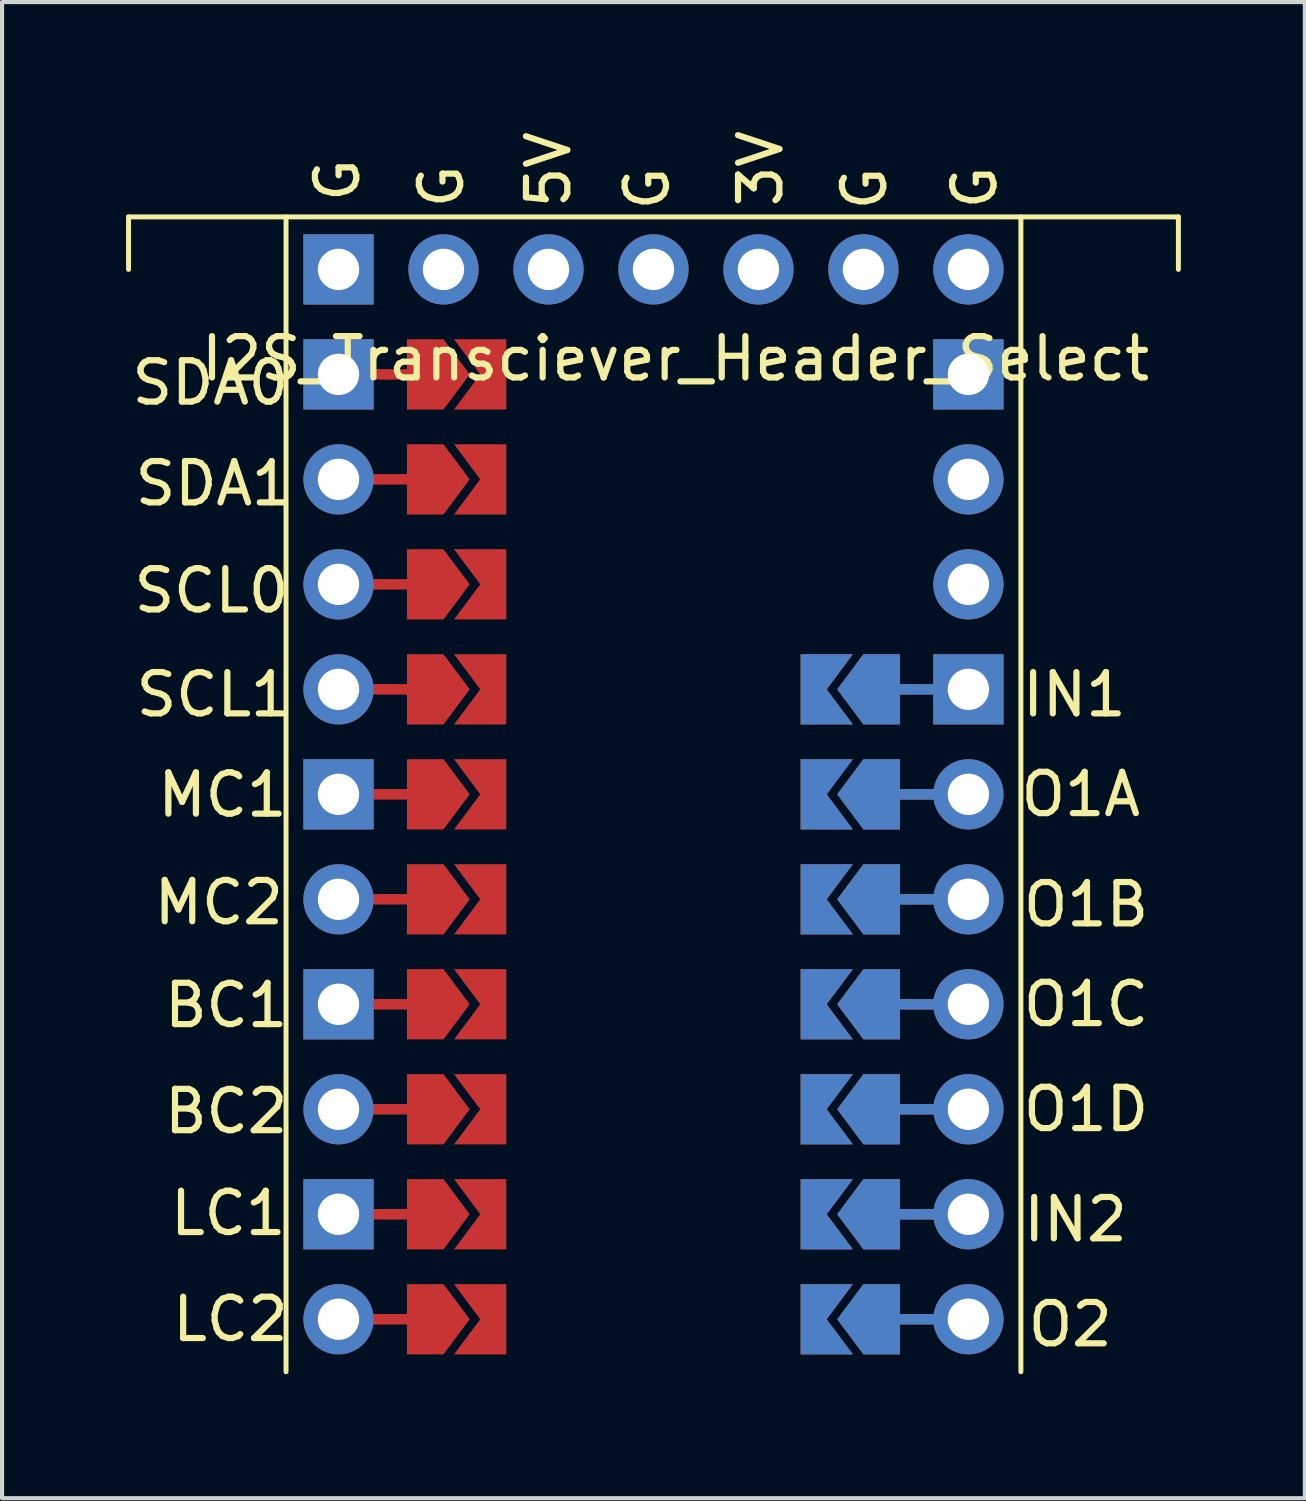
<source format=kicad_pcb>
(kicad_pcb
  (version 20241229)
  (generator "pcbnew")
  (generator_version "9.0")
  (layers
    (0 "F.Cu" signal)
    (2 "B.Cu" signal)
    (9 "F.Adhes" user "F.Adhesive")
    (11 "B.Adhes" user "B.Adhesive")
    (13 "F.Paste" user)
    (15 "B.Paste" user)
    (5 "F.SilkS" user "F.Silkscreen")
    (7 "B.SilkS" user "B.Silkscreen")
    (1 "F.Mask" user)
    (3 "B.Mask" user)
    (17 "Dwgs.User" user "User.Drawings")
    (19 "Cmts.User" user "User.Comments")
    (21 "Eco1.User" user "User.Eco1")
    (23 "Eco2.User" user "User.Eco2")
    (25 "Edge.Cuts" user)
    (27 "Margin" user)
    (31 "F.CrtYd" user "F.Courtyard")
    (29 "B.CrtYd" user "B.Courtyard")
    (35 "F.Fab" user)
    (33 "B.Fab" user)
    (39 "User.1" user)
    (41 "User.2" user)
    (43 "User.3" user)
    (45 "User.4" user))
  (footprint "I2S_Transciever_Header_Select"
    (layer "F.Cu")
    (at 12.76 16.168)
    (property "Reference" "I2S_Transciever_Header_Select" (at 0.533 -10.541 0) (layer "F.SilkS") (effects (font (size 1 1) (thickness 0.15))))
    (attr through_hole)
    (fp_line (start -7.62 -10.16) (end -5.842 -10.16) (stroke (width 0.254) (type solid)) (layer "F.Cu"))
    (fp_line (start -7.62 -7.62) (end -5.842 -7.62) (stroke (width 0.254) (type solid)) (layer "F.Cu"))
    (fp_line (start -7.62 -5.08) (end -5.842 -5.08) (stroke (width 0.254) (type solid)) (layer "F.Cu"))
    (fp_line (start -7.62 -2.54) (end -5.842 -2.54) (stroke (width 0.254) (type solid)) (layer "F.Cu"))
    (fp_line (start -7.62 0) (end -5.842 0) (stroke (width 0.254) (type solid)) (layer "F.Cu"))
    (fp_line (start -7.62 2.54) (end -5.842 2.54) (stroke (width 0.254) (type solid)) (layer "F.Cu"))
    (fp_line (start -7.62 5.08) (end -5.842 5.08) (stroke (width 0.254) (type solid)) (layer "F.Cu"))
    (fp_line (start -7.62 7.62) (end -5.842 7.62) (stroke (width 0.254) (type solid)) (layer "F.Cu"))
    (fp_line (start -7.62 10.16) (end -5.842 10.16) (stroke (width 0.254) (type solid)) (layer "F.Cu"))
    (fp_line (start -7.62 12.7) (end -5.842 12.7) (stroke (width 0.254) (type solid)) (layer "F.Cu"))
    (fp_line (start 7.62 -2.54) (end 5.842 -2.54) (stroke (width 0.254) (type solid)) (layer "F.Cu"))
    (fp_line (start 7.62 0) (end 5.842 0) (stroke (width 0.254) (type solid)) (layer "F.Cu"))
    (fp_line (start 7.62 2.54) (end 5.842 2.54) (stroke (width 0.254) (type solid)) (layer "F.Cu"))
    (fp_line (start 7.62 5.08) (end 5.842 5.08) (stroke (width 0.254) (type solid)) (layer "F.Cu"))
    (fp_line (start 7.62 7.62) (end 5.842 7.62) (stroke (width 0.254) (type solid)) (layer "F.Cu"))
    (fp_line (start 7.62 10.16) (end 5.842 10.16) (stroke (width 0.254) (type solid)) (layer "F.Cu"))
    (fp_line (start 7.62 12.7) (end 5.842 12.7) (stroke (width 0.254) (type solid)) (layer "F.Cu"))
    (fp_poly (pts (xy -4.293 8.471) (xy -5.639 8.471) (xy -5.639 6.769) (xy -4.293 6.769)) (stroke (width 0.00001) (type solid)) (fill yes) (layer "F.Mask"))
    (fp_poly (pts (xy -4.204 -1.702) (xy -5.55 -1.702) (xy -5.537 -3.378) (xy -4.191 -3.378)) (stroke (width 0.00001) (type solid)) (fill yes) (layer "F.Mask"))
    (fp_poly (pts (xy -4.166 -9.322) (xy -5.512 -9.322) (xy -5.512 -11.024) (xy -4.166 -11.024)) (stroke (width 0.00001) (type solid)) (fill yes) (layer "F.Mask"))
    (fp_poly (pts (xy -4.14 0.838) (xy -5.486 0.838) (xy -5.486 -0.864) (xy -4.14 -0.864)) (stroke (width 0.00001) (type solid)) (fill yes) (layer "F.Mask"))
    (fp_poly (pts (xy -4.128 5.918) (xy -5.474 5.918) (xy -5.486 4.242) (xy -4.14 4.242)) (stroke (width 0.00001) (type solid)) (fill yes) (layer "F.Mask"))
    (fp_poly (pts (xy -4.102 -4.242) (xy -5.448 -4.242) (xy -5.436 -5.918) (xy -4.089 -5.918)) (stroke (width 0.00001) (type solid)) (fill yes) (layer "F.Mask"))
    (fp_poly (pts (xy -4.089 3.378) (xy -5.436 3.378) (xy -5.436 1.676) (xy -4.089 1.676)) (stroke (width 0.00001) (type solid)) (fill yes) (layer "F.Mask"))
    (fp_poly (pts (xy -4.077 -6.756) (xy -5.423 -6.756) (xy -5.436 -8.484) (xy -4.089 -8.484)) (stroke (width 0.00001) (type solid)) (fill yes) (layer "F.Mask"))
    (fp_poly (pts (xy -4.064 11.024) (xy -5.41 11.024) (xy -5.41 9.322) (xy -4.064 9.322)) (stroke (width 0.00001) (type solid)) (fill yes) (layer "F.Mask"))
    (fp_poly (pts (xy -4.039 13.564) (xy -5.385 13.564) (xy -5.385 11.862) (xy -4.039 11.862)) (stroke (width 0.00001) (type solid)) (fill yes) (layer "F.Mask"))
    (fp_poly (pts (xy 4.039 4.216) (xy 5.385 4.216) (xy 5.385 5.918) (xy 4.039 5.918)) (stroke (width 0.00001) (type solid)) (fill yes) (layer "F.Mask"))
    (fp_poly (pts (xy 4.039 6.756) (xy 5.385 6.756) (xy 5.385 8.458) (xy 4.039 8.458)) (stroke (width 0.00001) (type solid)) (fill yes) (layer "F.Mask"))
    (fp_poly (pts (xy 4.064 -3.404) (xy 5.41 -3.404) (xy 5.41 -1.702) (xy 4.064 -1.702)) (stroke (width 0.00001) (type solid)) (fill yes) (layer "F.Mask"))
    (fp_poly (pts (xy 4.089 11.862) (xy 5.436 11.862) (xy 5.436 13.564) (xy 4.089 13.564)) (stroke (width 0.00001) (type solid)) (fill yes) (layer "F.Mask"))
    (fp_poly (pts (xy 4.115 1.676) (xy 5.461 1.676) (xy 5.461 3.378) (xy 4.115 3.378)) (stroke (width 0.00001) (type solid)) (fill yes) (layer "F.Mask"))
    (fp_poly (pts (xy 4.115 9.296) (xy 5.461 9.296) (xy 5.461 10.998) (xy 4.115 10.998)) (stroke (width 0.00001) (type solid)) (fill yes) (layer "F.Mask"))
    (fp_poly (pts (xy 4.14 -0.864) (xy 5.486 -0.864) (xy 5.486 0.838) (xy 4.14 0.838)) (stroke (width 0.00001) (type solid)) (fill yes) (layer "F.Mask"))
    (fp_line (start 7.62 -2.54) (end 5.842 -2.54) (stroke (width 0.254) (type solid)) (layer "B.Cu"))
    (fp_line (start 7.62 0) (end 5.842 0) (stroke (width 0.254) (type solid)) (layer "B.Cu"))
    (fp_line (start 7.62 2.54) (end 5.842 2.54) (stroke (width 0.254) (type solid)) (layer "B.Cu"))
    (fp_line (start 7.62 5.08) (end 5.842 5.08) (stroke (width 0.254) (type solid)) (layer "B.Cu"))
    (fp_line (start 7.62 7.62) (end 5.842 7.62) (stroke (width 0.254) (type solid)) (layer "B.Cu"))
    (fp_line (start 7.62 10.16) (end 5.842 10.16) (stroke (width 0.254) (type solid)) (layer "B.Cu"))
    (fp_line (start 7.62 12.7) (end 5.842 12.7) (stroke (width 0.254) (type solid)) (layer "B.Cu"))
    (fp_poly (pts (xy 4.039 4.216) (xy 5.385 4.216) (xy 5.385 5.918) (xy 4.039 5.918)) (stroke (width 0.00001) (type solid)) (fill yes) (layer "B.Mask"))
    (fp_poly (pts (xy 4.039 6.756) (xy 5.385 6.756) (xy 5.385 8.458) (xy 4.039 8.458)) (stroke (width 0.00001) (type solid)) (fill yes) (layer "B.Mask"))
    (fp_poly (pts (xy 4.064 -3.404) (xy 5.41 -3.404) (xy 5.41 -1.702) (xy 4.064 -1.702)) (stroke (width 0.00001) (type solid)) (fill yes) (layer "B.Mask"))
    (fp_poly (pts (xy 4.089 11.862) (xy 5.436 11.862) (xy 5.436 13.564) (xy 4.089 13.564)) (stroke (width 0.00001) (type solid)) (fill yes) (layer "B.Mask"))
    (fp_poly (pts (xy 4.115 1.676) (xy 5.461 1.676) (xy 5.461 3.378) (xy 4.115 3.378)) (stroke (width 0.00001) (type solid)) (fill yes) (layer "B.Mask"))
    (fp_poly (pts (xy 4.115 9.296) (xy 5.461 9.296) (xy 5.461 10.998) (xy 4.115 10.998)) (stroke (width 0.00001) (type solid)) (fill yes) (layer "B.Mask"))
    (fp_poly (pts (xy 4.14 -0.864) (xy 5.486 -0.864) (xy 5.486 0.838) (xy 4.14 0.838)) (stroke (width 0.00001) (type solid)) (fill yes) (layer "B.Mask"))
    (fp_line (start -12.7 -13.97) (end -12.7 -12.7) (stroke (width 0.12) (type solid)) (layer "F.SilkS"))
    (fp_line (start -12.7 -13.97) (end 12.7 -13.97) (stroke (width 0.12) (type solid)) (layer "F.SilkS"))
    (fp_line (start -8.89 -13.97) (end -8.89 13.97) (stroke (width 0.12) (type solid)) (layer "F.SilkS"))
    (fp_line (start 8.89 -13.97) (end 8.89 13.97) (stroke (width 0.12) (type solid)) (layer "F.SilkS"))
    (fp_line (start 12.7 -13.97) (end 12.7 -12.7) (stroke (width 0.12) (type solid)) (layer "F.SilkS"))
    (fp_text user "SCL0" (at -10.693 -4.928 0) (layer "F.SilkS") (effects (font (size 1 1) (thickness 0.15))))
    (fp_text user "SDA1" (at -10.643 -7.518 0) (layer "F.SilkS") (effects (font (size 1 1) (thickness 0.15))))
    (fp_text user "G" (at -5.131 -14.707 90) (layer "F.SilkS") (effects (font (size 1 1) (thickness 0.15))))
    (fp_text user "SCL1" (at -10.643 -2.413 0) (layer "F.SilkS") (effects (font (size 1 1) (thickness 0.15))))
    (fp_text user "O1A" (at 10.338 0 0) (layer "F.SilkS") (effects (font (size 1 1) (thickness 0.15))))
    (fp_text user "G" (at 5.105 -14.656 90) (layer "F.SilkS") (effects (font (size 1 1) (thickness 0.15))))
    (fp_text user "IN1" (at 10.185 -2.413 0) (layer "F.SilkS") (effects (font (size 1 1) (thickness 0.15))))
    (fp_text user "BC2" (at -10.338 7.671 0) (layer "F.SilkS") (effects (font (size 1 1) (thickness 0.15))))
    (fp_text user "O1D" (at 10.465 7.62 0) (layer "F.SilkS") (effects (font (size 1 1) (thickness 0.15))))
    (fp_text user "LC1" (at -10.287 10.135 0) (layer "F.SilkS") (effects (font (size 1 1) (thickness 0.15))))
    (fp_text user "LC2" (at -10.236 12.7 0) (layer "F.SilkS") (effects (font (size 1 1) (thickness 0.15))))
    (fp_text user "O1B" (at 10.465 2.667 0) (layer "F.SilkS") (effects (font (size 1 1) (thickness 0.15))))
    (fp_text user "MC1" (at -10.427 0.013 0) (layer "F.SilkS") (effects (font (size 1 1) (thickness 0.15))))
    (fp_text user "O1C" (at 10.465 5.08 0) (layer "F.SilkS") (effects (font (size 1 1) (thickness 0.15))))
    (fp_text user "G" (at -7.645 -14.859 90) (layer "F.SilkS") (effects (font (size 1 1) (thickness 0.15))))
    (fp_text user "MC2" (at -10.516 2.616 0) (layer "F.SilkS") (effects (font (size 1 1) (thickness 0.15))))
    (fp_text user "G" (at -0.152 -14.656 90) (layer "F.SilkS") (effects (font (size 1 1) (thickness 0.15))))
    (fp_text user "IN2" (at 10.211 10.287 0) (layer "F.SilkS") (effects (font (size 1 1) (thickness 0.15))))
    (fp_text user "G" (at 7.772 -14.681 90) (layer "F.SilkS") (effects (font (size 1 1) (thickness 0.15))))
    (fp_text user "BC1" (at -10.338 5.105 0) (layer "F.SilkS") (effects (font (size 1 1) (thickness 0.15))))
    (fp_text user "O2" (at 10.084 12.827 0) (layer "F.SilkS") (effects (font (size 1 1) (thickness 0.15))))
    (fp_text user "SDA0" (at -10.719 -9.957 0) (layer "F.SilkS") (effects (font (size 1 1) (thickness 0.15))))
    (fp_text user "5V" (at -2.54 -15.113 90) (layer "F.SilkS") (effects (font (size 1 1) (thickness 0.15))))
    (fp_text user "3V" (at 2.591 -15.138 270) (layer "F.SilkS") (effects (font (size 1 1) (thickness 0.15))))
    (pad "1" thru_hole oval (at -7.62 12.7) (size 1.7 1.7) (drill 1) (layers "*.Cu" "*.Mask"))
    (pad "2" thru_hole custom (at -7.62 10.16) (size 1.7 1.7) (drill 1) (layers "*.Cu" "*.Mask") (options (anchor rect)) (primitives))
    (pad "3" thru_hole oval (at -7.62 7.62) (size 1.7 1.7) (drill 1) (layers "*.Cu" "*.Mask"))
    (pad "4" thru_hole custom (at -7.62 5.08) (size 1.7 1.7) (drill 1) (layers "*.Cu" "*.Mask") (options (anchor rect)) (primitives))
    (pad "5" thru_hole oval (at -7.62 2.54) (size 1.7 1.7) (drill 1) (layers "*.Cu" "*.Mask"))
    (pad "6" thru_hole custom (at -7.62 0) (size 1.7 1.7) (drill 1) (layers "*.Cu" "*.Mask") (options (anchor rect)) (primitives))
    (pad "7" thru_hole oval (at -7.62 -2.54) (size 1.7 1.7) (drill 1) (layers "*.Cu" "*.Mask"))
    (pad "8" thru_hole oval (at -7.62 -5.08) (size 1.7 1.7) (drill 1) (layers "*.Cu" "*.Mask"))
    (pad "9" thru_hole oval (at -7.62 -7.62) (size 1.7 1.7) (drill 1) (layers "*.Cu" "*.Mask"))
    (pad "10" thru_hole custom (at -7.62 -10.16) (size 1.7 1.7) (drill 1) (layers "*.Cu" "*.Mask") (options (anchor rect)) (primitives))
    (pad "11" thru_hole rect (at -7.62 -12.7) (size 1.7 1.7) (drill 1) (layers "*.Cu" "*.Mask"))
    (pad "12" thru_hole circle (at -5.08 -12.7 90) (size 1.7 1.7) (drill 1) (layers "*.Cu" "*.Mask"))
    (pad "13" thru_hole oval (at -2.54 -12.7 90) (size 1.7 1.7) (drill 1) (layers "*.Cu" "*.Mask"))
    (pad "14" thru_hole circle (at 0 -12.7 90) (size 1.7 1.7) (drill 1) (layers "*.Cu" "*.Mask"))
    (pad "15" thru_hole oval (at 2.54 -12.7 90) (size 1.7 1.7) (drill 1) (layers "*.Cu" "*.Mask"))
    (pad "16" thru_hole oval (at 5.08 -12.7 90) (size 1.7 1.7) (drill 1) (layers "*.Cu" "*.Mask"))
    (pad "17" thru_hole circle (at 7.62 -12.7) (size 1.7 1.7) (drill 1) (layers "*.Cu" "*.Mask"))
    (pad "18" thru_hole custom (at 7.62 -10.16) (size 1.7 1.7) (drill 1) (layers "*.Cu" "*.Mask") (options (anchor rect)) (primitives))
    (pad "19" thru_hole oval (at 7.62 -7.62) (size 1.7 1.7) (drill 1) (layers "*.Cu" "*.Mask"))
    (pad "20" thru_hole oval (at 7.62 -5.08) (size 1.7 1.7) (drill 1) (layers "*.Cu" "*.Mask"))
    (pad "21" thru_hole custom (at 7.62 -2.54) (size 1.7 1.7) (drill 1) (layers "*.Cu" "*.Mask") (options (anchor rect)) (primitives))
    (pad "22" thru_hole oval (at 7.62 0) (size 1.7 1.7) (drill 1) (layers "*.Cu" "*.Mask"))
    (pad "23" thru_hole oval (at 7.62 2.54) (size 1.7 1.7) (drill 1) (layers "*.Cu" "*.Mask"))
    (pad "24" thru_hole oval (at 7.62 5.08) (size 1.7 1.7) (drill 1) (layers "*.Cu" "*.Mask"))
    (pad "25" thru_hole oval (at 7.62 7.62) (size 1.7 1.7) (drill 1) (layers "*.Cu" "*.Mask"))
    (pad "26" thru_hole oval (at 7.62 10.16) (size 1.7 1.7) (drill 1) (layers "*.Cu" "*.Mask"))
    (pad "27" thru_hole oval (at 7.62 12.7) (size 1.7 1.7) (drill 1) (layers "*.Cu" "*.Mask"))
    (pad "B" smd custom (at -3.81 5.08) (size 0.5 1.7) (layers "F.Cu" "F.Mask") (options (anchor rect)) (primitives (gr_poly (pts (xy -1.016 -0.85) (xy 0 -0.85) (xy 0 0.85) (xy -1.016 0.85) (xy -0.381 0)) (width 0) (fill yes))))
    (pad "B" smd custom (at -3.81 7.62) (size 0.5 1.7) (layers "F.Cu" "F.Mask") (options (anchor rect)) (primitives (gr_poly (pts (xy -1.016 -0.85) (xy 0 -0.85) (xy 0 0.85) (xy -1.016 0.85) (xy -0.381 0)) (width 0) (fill yes))))
    (pad "BC1" smd custom (at -5.715 5.08 180) (size 0.5 1.7) (layers "F.Cu" "F.Mask") (options (anchor rect)) (primitives (gr_poly (pts (xy -0.635 -0.85) (xy 0 -0.85) (xy 0 0.85) (xy -0.635 0.85) (xy -1.27 0)) (width 0) (fill yes))))
    (pad "BC2" smd custom (at -5.715 7.62 180) (size 0.5 1.7) (layers "F.Cu" "F.Mask") (options (anchor rect)) (primitives (gr_poly (pts (xy -0.635 -0.85) (xy 0 -0.85) (xy 0 0.85) (xy -0.635 0.85) (xy -1.27 0)) (width 0) (fill yes))))
    (pad "D1" smd custom (at 3.81 -2.54 180) (size 0.5 1.7) (layers "F.Cu" "F.Mask") (options (anchor rect)) (primitives (gr_poly (pts (xy -1.016 -0.85) (xy 0 -0.85) (xy 0 0.85) (xy -1.016 0.85) (xy -0.381 0)) (width 0) (fill yes))))
    (pad "D1" smd custom (at 3.81 0 180) (size 0.5 1.7) (layers "F.Cu" "F.Mask") (options (anchor rect)) (primitives (gr_poly (pts (xy -1.016 -0.85) (xy 0 -0.85) (xy 0 0.85) (xy -1.016 0.85) (xy -0.381 0)) (width 0) (fill yes))))
    (pad "D1" smd custom (at 3.81 2.54 180) (size 0.5 1.7) (layers "F.Cu" "F.Mask") (options (anchor rect)) (primitives (gr_poly (pts (xy -1.016 -0.85) (xy 0 -0.85) (xy 0 0.85) (xy -1.016 0.85) (xy -0.381 0)) (width 0) (fill yes))))
    (pad "D1" smd custom (at 3.81 5.08 180) (size 0.5 1.7) (layers "F.Cu" "F.Mask") (options (anchor rect)) (primitives (gr_poly (pts (xy -1.016 -0.85) (xy 0 -0.85) (xy 0 0.85) (xy -1.016 0.85) (xy -0.381 0)) (width 0) (fill yes))))
    (pad "D1" smd custom (at 3.81 7.62 180) (size 0.5 1.7) (layers "F.Cu" "F.Mask") (options (anchor rect)) (primitives (gr_poly (pts (xy -1.016 -0.85) (xy 0 -0.85) (xy 0 0.85) (xy -1.016 0.85) (xy -0.381 0)) (width 0) (fill yes))))
    (pad "D1" smd custom (at 3.81 10.16 180) (size 0.5 1.7) (layers "F.Cu" "F.Mask") (options (anchor rect)) (primitives (gr_poly (pts (xy -1.016 -0.85) (xy 0 -0.85) (xy 0 0.85) (xy -1.016 0.85) (xy -0.381 0)) (width 0) (fill yes))))
    (pad "D1" smd custom (at 3.81 12.7 180) (size 0.5 1.7) (layers "F.Cu" "F.Mask") (options (anchor rect)) (primitives (gr_poly (pts (xy -1.016 -0.85) (xy 0 -0.85) (xy 0 0.85) (xy -1.016 0.85) (xy -0.381 0)) (width 0) (fill yes))))
    (pad "D2" smd custom (at 3.81 -2.54 180) (size 0.5 1.7) (layers "F.Mask" "B.Cu") (options (anchor rect)) (primitives (gr_poly (pts (xy -1.016 -0.85) (xy 0 -0.85) (xy 0 0.85) (xy -1.016 0.85) (xy -0.381 0)) (width 0) (fill yes))))
    (pad "D2" smd custom (at 3.81 0 180) (size 0.5 1.7) (layers "F.Mask" "B.Cu") (options (anchor rect)) (primitives (gr_poly (pts (xy -1.016 -0.85) (xy 0 -0.85) (xy 0 0.85) (xy -1.016 0.85) (xy -0.381 0)) (width 0) (fill yes))))
    (pad "D2" smd custom (at 3.81 2.54 180) (size 0.5 1.7) (layers "F.Mask" "B.Cu") (options (anchor rect)) (primitives (gr_poly (pts (xy -1.016 -0.85) (xy 0 -0.85) (xy 0 0.85) (xy -1.016 0.85) (xy -0.381 0)) (width 0) (fill yes))))
    (pad "D2" smd custom (at 3.81 5.08 180) (size 0.5 1.7) (layers "F.Mask" "B.Cu") (options (anchor rect)) (primitives (gr_poly (pts (xy -1.016 -0.85) (xy 0 -0.85) (xy 0 0.85) (xy -1.016 0.85) (xy -0.381 0)) (width 0) (fill yes))))
    (pad "D2" smd custom (at 3.81 7.62 180) (size 0.5 1.7) (layers "F.Mask" "B.Cu") (options (anchor rect)) (primitives (gr_poly (pts (xy -1.016 -0.85) (xy 0 -0.85) (xy 0 0.85) (xy -1.016 0.85) (xy -0.381 0)) (width 0) (fill yes))))
    (pad "D2" smd custom (at 3.81 10.16 180) (size 0.5 1.7) (layers "F.Mask" "B.Cu") (options (anchor rect)) (primitives (gr_poly (pts (xy -1.016 -0.85) (xy 0 -0.85) (xy 0 0.85) (xy -1.016 0.85) (xy -0.381 0)) (width 0) (fill yes))))
    (pad "D2" smd custom (at 3.81 12.7 180) (size 0.5 1.7) (layers "F.Mask" "B.Cu") (options (anchor rect)) (primitives (gr_poly (pts (xy -1.016 -0.85) (xy 0 -0.85) (xy 0 0.85) (xy -1.016 0.85) (xy -0.381 0)) (width 0) (fill yes))))
    (pad "IN1" smd custom (at 5.715 -2.54) (size 0.5 1.7) (layers "F.Cu" "F.Mask") (options (anchor rect)) (primitives (gr_poly (pts (xy -0.635 -0.85) (xy 0 -0.85) (xy 0 0.85) (xy -0.635 0.85) (xy -1.27 0)) (width 0) (fill yes))))
    (pad "IN1" smd custom (at 5.715 -2.54) (size 0.5 1.7) (layers "F.Mask" "B.Cu") (options (anchor rect)) (primitives (gr_poly (pts (xy -0.635 -0.85) (xy 0 -0.85) (xy 0 0.85) (xy -0.635 0.85) (xy -1.27 0)) (width 0) (fill yes))))
    (pad "IN2" smd custom (at 5.715 10.16) (size 0.5 1.7) (layers "F.Cu" "F.Mask") (options (anchor rect)) (primitives (gr_poly (pts (xy -0.635 -0.85) (xy 0 -0.85) (xy 0 0.85) (xy -0.635 0.85) (xy -1.27 0)) (width 0) (fill yes))))
    (pad "IN2" smd custom (at 5.715 10.16) (size 0.5 1.7) (layers "F.Mask" "B.Cu") (options (anchor rect)) (primitives (gr_poly (pts (xy -0.635 -0.85) (xy 0 -0.85) (xy 0 0.85) (xy -0.635 0.85) (xy -1.27 0)) (width 0) (fill yes))))
    (pad "L" smd custom (at -3.81 10.16) (size 0.5 1.7) (layers "F.Cu" "F.Mask") (options (anchor rect)) (primitives (gr_poly (pts (xy -1.016 -0.85) (xy 0 -0.85) (xy 0 0.85) (xy -1.016 0.85) (xy -0.381 0)) (width 0) (fill yes))))
    (pad "L" smd custom (at -3.81 12.7) (size 0.5 1.7) (layers "F.Cu" "F.Mask") (options (anchor rect)) (primitives (gr_poly (pts (xy -1.016 -0.85) (xy 0 -0.85) (xy 0 0.85) (xy -1.016 0.85) (xy -0.381 0)) (width 0) (fill yes))))
    (pad "LC1" smd custom (at -5.715 10.16 180) (size 0.5 1.7) (layers "F.Cu" "F.Mask") (options (anchor rect)) (primitives (gr_poly (pts (xy -0.635 -0.85) (xy 0 -0.85) (xy 0 0.85) (xy -0.635 0.85) (xy -1.27 0)) (width 0) (fill yes))))
    (pad "LC2" smd custom (at -5.715 12.7 180) (size 0.5 1.7) (layers "F.Cu" "F.Mask") (options (anchor rect)) (primitives (gr_poly (pts (xy -0.635 -0.85) (xy 0 -0.85) (xy 0 0.85) (xy -0.635 0.85) (xy -1.27 0)) (width 0) (fill yes))))
    (pad "M" smd custom (at -3.81 0) (size 0.5 1.7) (layers "F.Cu" "F.Mask") (options (anchor rect)) (primitives (gr_poly (pts (xy -1.016 -0.85) (xy 0 -0.85) (xy 0 0.85) (xy -1.016 0.85) (xy -0.381 0)) (width 0) (fill yes))))
    (pad "M" smd custom (at -3.81 2.54) (size 0.5 1.7) (layers "F.Cu" "F.Mask") (options (anchor rect)) (primitives (gr_poly (pts (xy -1.016 -0.85) (xy 0 -0.85) (xy 0 0.85) (xy -1.016 0.85) (xy -0.381 0)) (width 0) (fill yes))))
    (pad "MC1" smd custom (at -5.715 0 180) (size 0.5 1.7) (layers "F.Cu" "F.Mask") (options (anchor rect)) (primitives (gr_poly (pts (xy -0.635 -0.85) (xy 0 -0.85) (xy 0 0.85) (xy -0.635 0.85) (xy -1.27 0)) (width 0) (fill yes))))
    (pad "MC2" smd custom (at -5.715 2.54 180) (size 0.5 1.7) (layers "F.Cu" "F.Mask") (options (anchor rect)) (primitives (gr_poly (pts (xy -0.635 -0.85) (xy 0 -0.85) (xy 0 0.85) (xy -0.635 0.85) (xy -1.27 0)) (width 0) (fill yes))))
    (pad "O1A" smd custom (at 5.715 0) (size 0.5 1.7) (layers "F.Cu" "F.Mask") (options (anchor rect)) (primitives (gr_poly (pts (xy -0.635 -0.85) (xy 0 -0.85) (xy 0 0.85) (xy -0.635 0.85) (xy -1.27 0)) (width 0) (fill yes))))
    (pad "O1A" smd custom (at 5.715 0) (size 0.5 1.7) (layers "F.Mask" "B.Cu") (options (anchor rect)) (primitives (gr_poly (pts (xy -0.635 -0.85) (xy 0 -0.85) (xy 0 0.85) (xy -0.635 0.85) (xy -1.27 0)) (width 0) (fill yes))))
    (pad "O1B" smd custom (at 5.715 2.54) (size 0.5 1.7) (layers "F.Cu" "F.Mask") (options (anchor rect)) (primitives (gr_poly (pts (xy -0.635 -0.85) (xy 0 -0.85) (xy 0 0.85) (xy -0.635 0.85) (xy -1.27 0)) (width 0) (fill yes))))
    (pad "O1B" smd custom (at 5.715 2.54) (size 0.5 1.7) (layers "F.Mask" "B.Cu") (options (anchor rect)) (primitives (gr_poly (pts (xy -0.635 -0.85) (xy 0 -0.85) (xy 0 0.85) (xy -0.635 0.85) (xy -1.27 0)) (width 0) (fill yes))))
    (pad "O1C" smd custom (at 5.715 5.08) (size 0.5 1.7) (layers "F.Cu" "F.Mask") (options (anchor rect)) (primitives (gr_poly (pts (xy -0.635 -0.85) (xy 0 -0.85) (xy 0 0.85) (xy -0.635 0.85) (xy -1.27 0)) (width 0) (fill yes))))
    (pad "O1C" smd custom (at 5.715 5.08) (size 0.5 1.7) (layers "F.Mask" "B.Cu") (options (anchor rect)) (primitives (gr_poly (pts (xy -0.635 -0.85) (xy 0 -0.85) (xy 0 0.85) (xy -0.635 0.85) (xy -1.27 0)) (width 0) (fill yes))))
    (pad "O1D" smd custom (at 5.715 7.62) (size 0.5 1.7) (layers "F.Cu" "F.Mask") (options (anchor rect)) (primitives (gr_poly (pts (xy -0.635 -0.85) (xy 0 -0.85) (xy 0 0.85) (xy -0.635 0.85) (xy -1.27 0)) (width 0) (fill yes))))
    (pad "O1D" smd custom (at 5.715 7.62) (size 0.5 1.7) (layers "F.Mask" "B.Cu") (options (anchor rect)) (primitives (gr_poly (pts (xy -0.635 -0.85) (xy 0 -0.85) (xy 0 0.85) (xy -0.635 0.85) (xy -1.27 0)) (width 0) (fill yes))))
    (pad "O2" smd custom (at 5.715 12.7) (size 0.5 1.7) (layers "F.Cu" "F.Mask") (options (anchor rect)) (primitives (gr_poly (pts (xy -0.635 -0.85) (xy 0 -0.85) (xy 0 0.85) (xy -0.635 0.85) (xy -1.27 0)) (width 0) (fill yes))))
    (pad "O2" smd custom (at 5.715 12.7) (size 0.5 1.7) (layers "F.Mask" "B.Cu") (options (anchor rect)) (primitives (gr_poly (pts (xy -0.635 -0.85) (xy 0 -0.85) (xy 0 0.85) (xy -0.635 0.85) (xy -1.27 0)) (width 0) (fill yes))))
    (pad "SCL" smd custom (at -3.81 -5.08) (size 0.5 1.7) (layers "F.Cu" "F.Mask") (options (anchor rect)) (primitives (gr_poly (pts (xy -1.016 -0.85) (xy 0 -0.85) (xy 0 0.85) (xy -1.016 0.85) (xy -0.381 0)) (width 0) (fill yes))))
    (pad "SCL" smd custom (at -3.81 -2.54) (size 0.5 1.7) (layers "F.Cu" "F.Mask") (options (anchor rect)) (primitives (gr_poly (pts (xy -1.016 -0.85) (xy 0 -0.85) (xy 0 0.85) (xy -1.016 0.85) (xy -0.381 0)) (width 0) (fill yes))))
    (pad "SCL0" smd custom (at -5.715 -5.08 180) (size 0.5 1.7) (layers "F.Cu" "F.Mask") (options (anchor rect)) (primitives (gr_poly (pts (xy -0.635 -0.85) (xy 0 -0.85) (xy 0 0.85) (xy -0.635 0.85) (xy -1.27 0)) (width 0) (fill yes))))
    (pad "SCL1" smd custom (at -5.715 -2.54 180) (size 0.5 1.7) (layers "F.Cu" "F.Mask") (options (anchor rect)) (primitives (gr_poly (pts (xy -0.635 -0.85) (xy 0 -0.85) (xy 0 0.85) (xy -0.635 0.85) (xy -1.27 0)) (width 0) (fill yes))))
    (pad "SDA" smd custom (at -3.81 -10.16) (size 0.5 1.7) (layers "F.Cu" "F.Mask") (options (anchor rect)) (primitives (gr_poly (pts (xy -1.016 -0.85) (xy 0 -0.85) (xy 0 0.85) (xy -1.016 0.85) (xy -0.381 0)) (width 0) (fill yes))))
    (pad "SDA" smd custom (at -3.81 -7.62) (size 0.5 1.7) (layers "F.Cu" "F.Mask") (options (anchor rect)) (primitives (gr_poly (pts (xy -1.016 -0.85) (xy 0 -0.85) (xy 0 0.85) (xy -1.016 0.85) (xy -0.381 0)) (width 0) (fill yes))))
    (pad "SDA0" smd custom (at -5.715 -10.16 180) (size 0.5 1.7) (layers "F.Cu" "F.Mask") (options (anchor rect)) (primitives (gr_poly (pts (xy -0.635 -0.85) (xy 0 -0.85) (xy 0 0.85) (xy -0.635 0.85) (xy -1.27 0)) (width 0) (fill yes))))
    (pad "SDA1" smd custom (at -5.715 -7.62 180) (size 0.5 1.7) (layers "F.Cu" "F.Mask") (options (anchor rect)) (primitives (gr_poly (pts (xy -0.635 -0.85) (xy 0 -0.85) (xy 0 0.85) (xy -0.635 0.85) (xy -1.27 0)) (width 0) (fill yes)))))
  (gr_rect
    (start -3 -3)
    (end 28.52 33.198)
    (stroke (width 0.1) (type default))
    (fill no)
    (layer "Edge.Cuts")))
</source>
